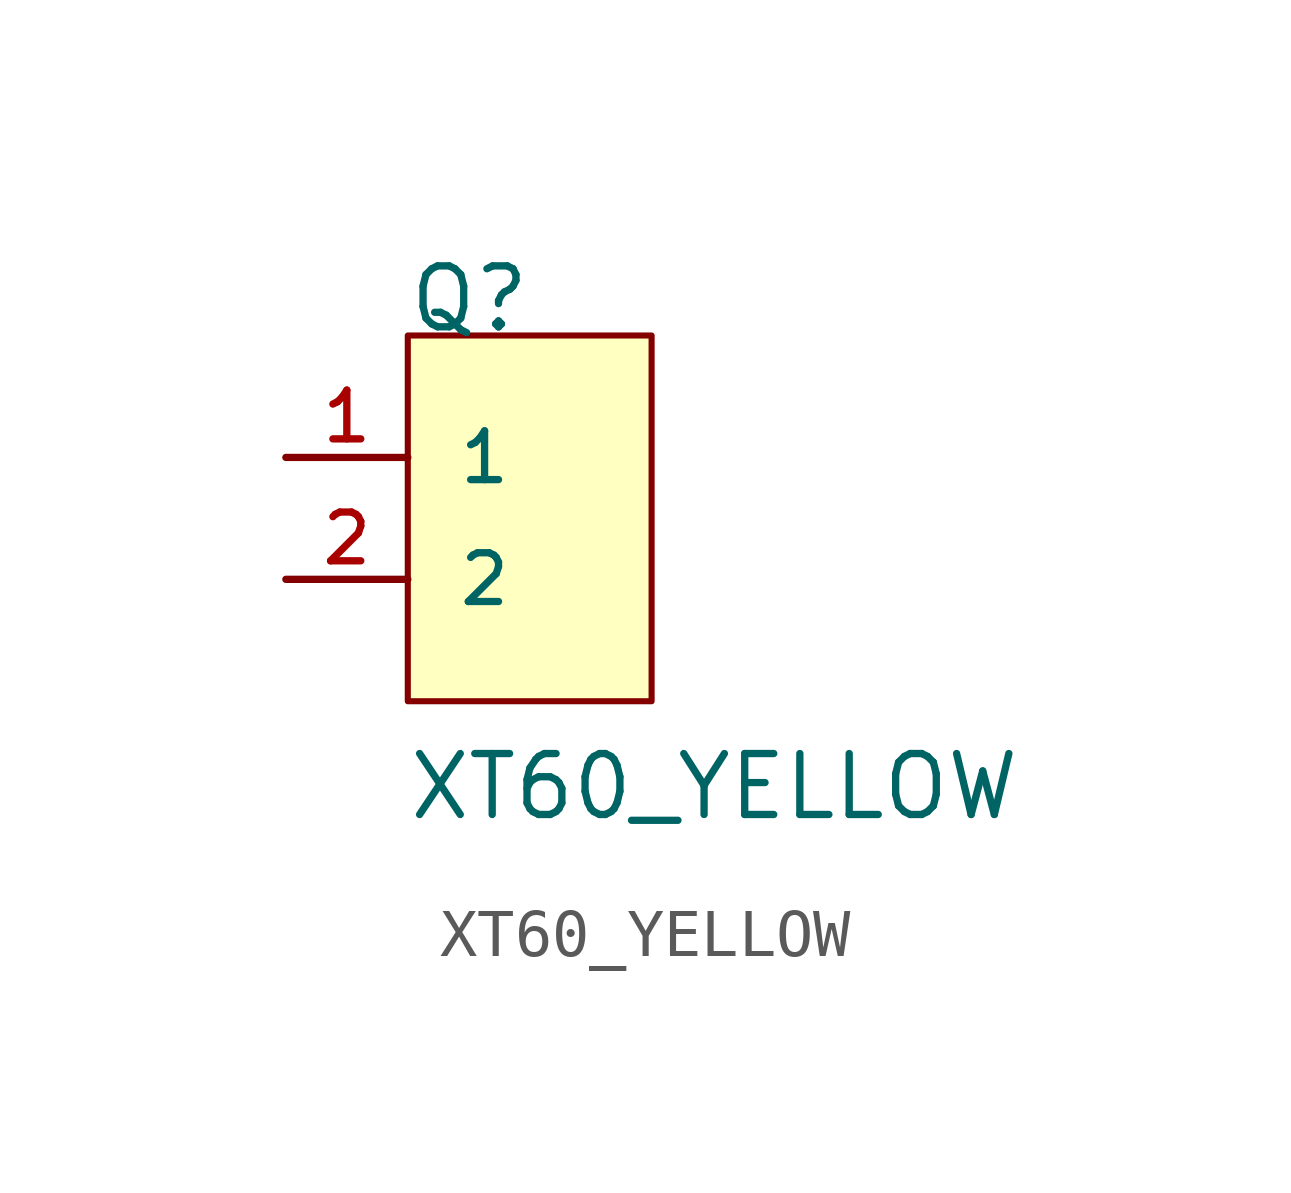
<source format=kicad_sym>
(kicad_symbol_lib
  (version 20211014)
  (generator kicad_symbol_editor)
  (symbol "XT60_YELLOW"
    (pin_names
      (offset 1.016))
    (property "Reference" "Q"
      (at -2.564 2.558 0)
      (effects (font (size 1.27 1.27)) (justify bottom left)))
    (property "Value" "XT60_YELLOW"
      (at -2.575 -7.603 0)
      (effects (font (size 1.27 1.27)) (justify bottom left)))
    (symbol "XT60_YELLOW_0_0"
      (rectangle (start -2.54 -5.08) (end 2.54 2.54) (stroke (width 0.127)) (fill (type background)))
      (pin passive line (at -5.08 -2.54 0) (length 2.54) (name "2" (effects (font (size 1.016 1.016)))) (number "2" (effects (font (size 1.016 1.016)))))
      (pin passive line (at -5.08 0.0 0) (length 2.54) (name "1" (effects (font (size 1.016 1.016)))) (number "1" (effects (font (size 1.016 1.016))))))))
</source>
